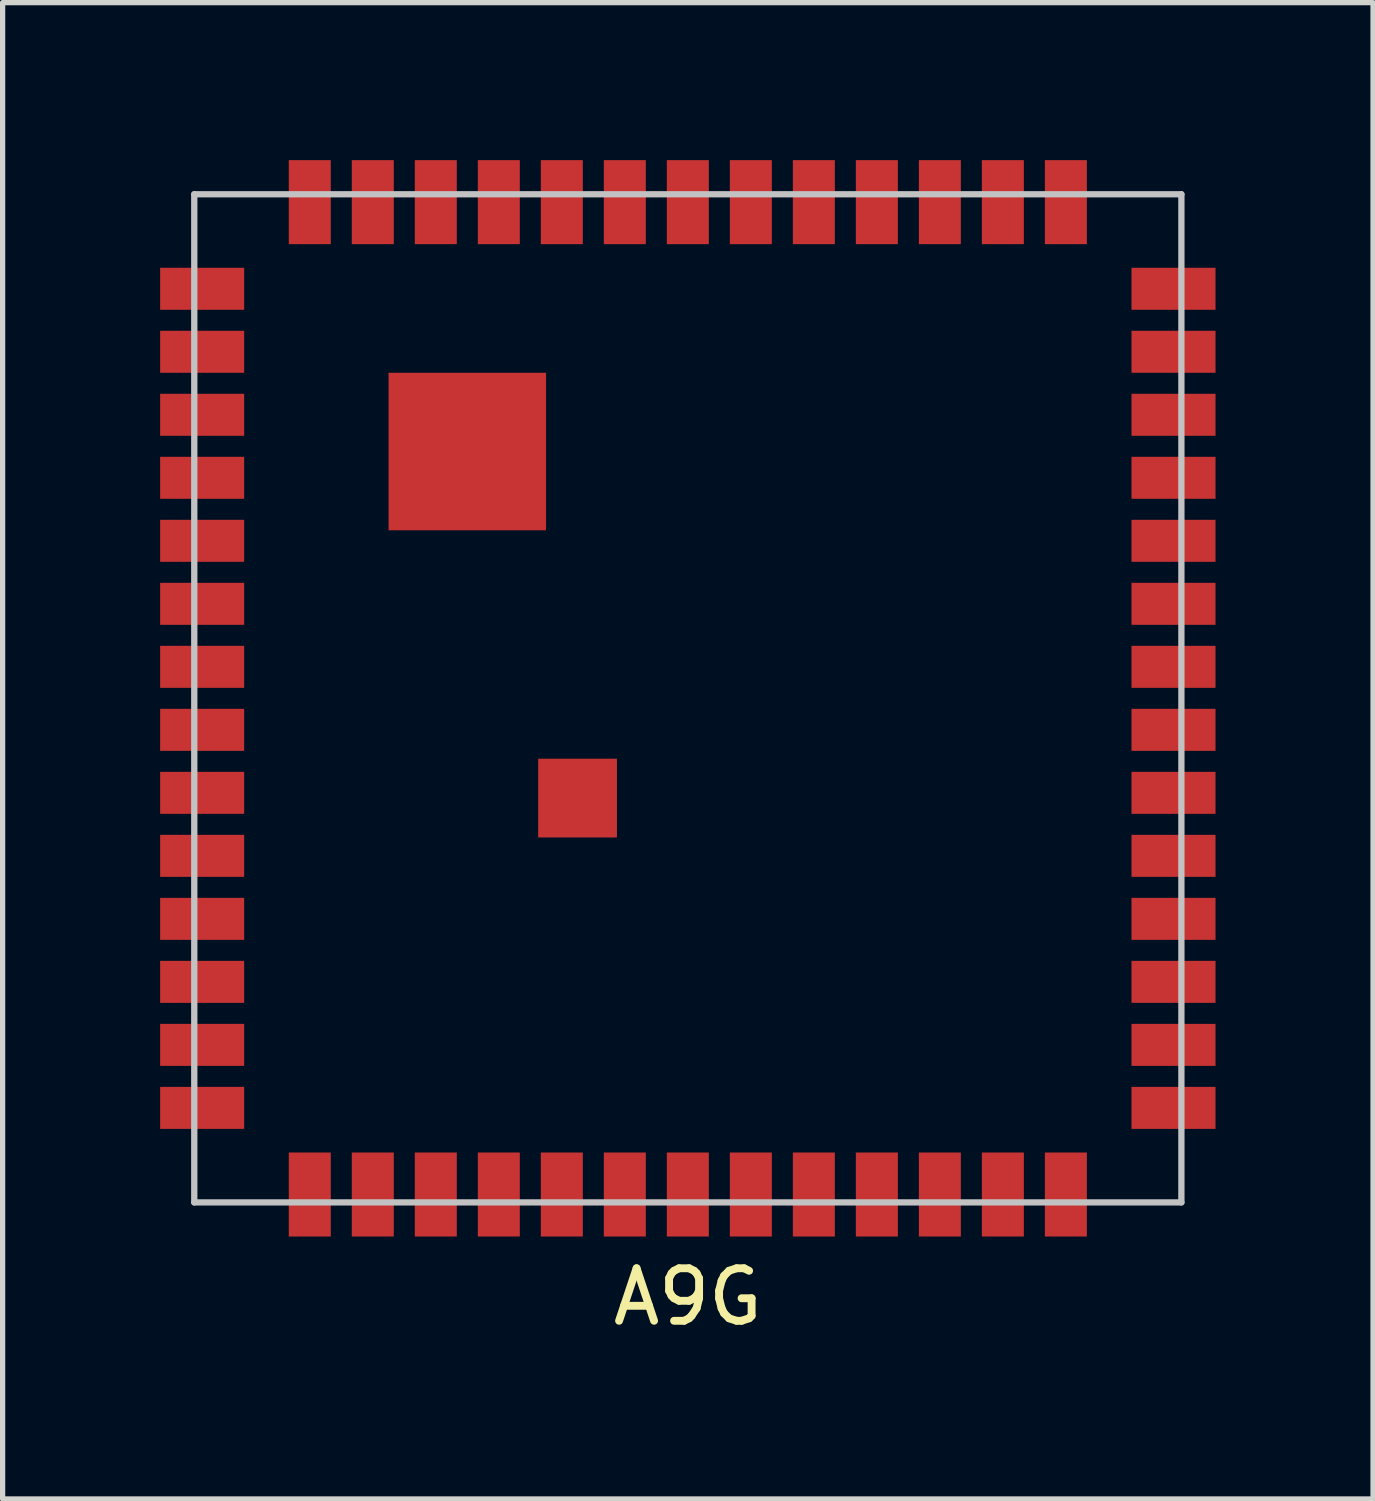
<source format=kicad_pcb>
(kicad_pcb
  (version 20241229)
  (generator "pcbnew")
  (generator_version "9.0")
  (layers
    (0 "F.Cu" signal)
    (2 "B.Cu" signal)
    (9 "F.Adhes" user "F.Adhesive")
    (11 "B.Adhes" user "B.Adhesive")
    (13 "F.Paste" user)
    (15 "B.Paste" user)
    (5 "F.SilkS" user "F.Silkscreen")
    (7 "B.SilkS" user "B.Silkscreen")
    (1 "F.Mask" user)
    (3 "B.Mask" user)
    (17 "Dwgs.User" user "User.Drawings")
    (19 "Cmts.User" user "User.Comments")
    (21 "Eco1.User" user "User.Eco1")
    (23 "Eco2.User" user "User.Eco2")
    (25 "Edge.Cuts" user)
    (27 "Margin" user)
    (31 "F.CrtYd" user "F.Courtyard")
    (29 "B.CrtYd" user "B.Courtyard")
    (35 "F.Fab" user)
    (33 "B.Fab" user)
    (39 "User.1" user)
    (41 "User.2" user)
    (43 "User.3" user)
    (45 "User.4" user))
  (footprint "A9G"
    (layer "F.Cu")
    (at 10.05 10.25)
    (property "Reference" "A9G" (at 0 11.4 0) (layer "F.SilkS") (effects (font (size 1 1) (thickness 0.15))))
    (attr smd)
    (fp_line (start -9.4 -9.6) (end 9.4 -9.6) (stroke (width 0.12) (type solid)) (layer "Dwgs.User"))
    (fp_line (start -9.4 9.6) (end -9.4 -9.6) (stroke (width 0.12) (type solid)) (layer "Dwgs.User"))
    (fp_line (start 9.4 -9.6) (end 9.4 9.6) (stroke (width 0.12) (type solid)) (layer "Dwgs.User"))
    (fp_line (start 9.4 9.6) (end -9.4 9.6) (stroke (width 0.12) (type solid)) (layer "Dwgs.User"))
    (pad "1" smd rect (at -9.25 -7.8 90) (size 0.8 1.6) (layers "F.Cu" "F.Mask" "F.Paste"))
    (pad "2" smd rect (at -9.25 -6.6 90) (size 0.8 1.6) (layers "F.Cu" "F.Mask" "F.Paste"))
    (pad "3" smd rect (at -9.25 -5.4 90) (size 0.8 1.6) (layers "F.Cu" "F.Mask" "F.Paste"))
    (pad "4" smd rect (at -9.25 -4.2 90) (size 0.8 1.6) (layers "F.Cu" "F.Mask" "F.Paste"))
    (pad "5" smd rect (at -9.25 -3 90) (size 0.8 1.6) (layers "F.Cu" "F.Mask" "F.Paste"))
    (pad "6" smd rect (at -9.25 -1.8 90) (size 0.8 1.6) (layers "F.Cu" "F.Mask" "F.Paste"))
    (pad "7" smd rect (at -9.25 -0.6 90) (size 0.8 1.6) (layers "F.Cu" "F.Mask" "F.Paste"))
    (pad "8" smd rect (at -9.25 0.6 90) (size 0.8 1.6) (layers "F.Cu" "F.Mask" "F.Paste"))
    (pad "9" smd rect (at -9.25 1.8 90) (size 0.8 1.6) (layers "F.Cu" "F.Mask" "F.Paste"))
    (pad "10" smd rect (at -9.25 3 90) (size 0.8 1.6) (layers "F.Cu" "F.Mask" "F.Paste"))
    (pad "11" smd rect (at -9.25 4.2 90) (size 0.8 1.6) (layers "F.Cu" "F.Mask" "F.Paste"))
    (pad "12" smd rect (at -9.25 5.4 90) (size 0.8 1.6) (layers "F.Cu" "F.Mask" "F.Paste"))
    (pad "13" smd rect (at -9.25 6.6 90) (size 0.8 1.6) (layers "F.Cu" "F.Mask" "F.Paste"))
    (pad "14" smd rect (at -9.25 7.8 90) (size 0.8 1.6) (layers "F.Cu" "F.Mask" "F.Paste"))
    (pad "15" smd rect (at -7.2 9.45 180) (size 0.8 1.6) (layers "F.Cu" "F.Mask" "F.Paste"))
    (pad "16" smd rect (at -6 9.45 180) (size 0.8 1.6) (layers "F.Cu" "F.Mask" "F.Paste"))
    (pad "17" smd rect (at -4.8 9.45 180) (size 0.8 1.6) (layers "F.Cu" "F.Mask" "F.Paste"))
    (pad "18" smd rect (at -3.6 9.45 180) (size 0.8 1.6) (layers "F.Cu" "F.Mask" "F.Paste"))
    (pad "19" smd rect (at -2.4 9.45 180) (size 0.8 1.6) (layers "F.Cu" "F.Mask" "F.Paste"))
    (pad "20" smd rect (at -1.2 9.45 180) (size 0.8 1.6) (layers "F.Cu" "F.Mask" "F.Paste"))
    (pad "21" smd rect (at 0 9.45 180) (size 0.8 1.6) (layers "F.Cu" "F.Mask" "F.Paste"))
    (pad "22" smd rect (at 1.2 9.45 180) (size 0.8 1.6) (layers "F.Cu" "F.Mask" "F.Paste"))
    (pad "23" smd rect (at 2.4 9.45 180) (size 0.8 1.6) (layers "F.Cu" "F.Mask" "F.Paste"))
    (pad "24" smd rect (at 3.6 9.45 180) (size 0.8 1.6) (layers "F.Cu" "F.Mask" "F.Paste"))
    (pad "25" smd rect (at 4.8 9.45 180) (size 0.8 1.6) (layers "F.Cu" "F.Mask" "F.Paste"))
    (pad "26" smd rect (at 6 9.45 180) (size 0.8 1.6) (layers "F.Cu" "F.Mask" "F.Paste"))
    (pad "27" smd rect (at 7.2 9.45 180) (size 0.8 1.6) (layers "F.Cu" "F.Mask" "F.Paste"))
    (pad "28" smd rect (at 9.25 7.8 270) (size 0.8 1.6) (layers "F.Cu" "F.Mask" "F.Paste"))
    (pad "29" smd rect (at 9.25 6.6 270) (size 0.8 1.6) (layers "F.Cu" "F.Mask" "F.Paste"))
    (pad "30" smd rect (at 9.25 5.4 270) (size 0.8 1.6) (layers "F.Cu" "F.Mask" "F.Paste"))
    (pad "31" smd rect (at 9.25 4.2 270) (size 0.8 1.6) (layers "F.Cu" "F.Mask" "F.Paste"))
    (pad "32" smd rect (at 9.25 3 270) (size 0.8 1.6) (layers "F.Cu" "F.Mask" "F.Paste"))
    (pad "33" smd rect (at 9.25 1.8 270) (size 0.8 1.6) (layers "F.Cu" "F.Mask" "F.Paste"))
    (pad "34" smd rect (at 9.25 0.6 270) (size 0.8 1.6) (layers "F.Cu" "F.Mask" "F.Paste"))
    (pad "35" smd rect (at 9.25 -1.8 270) (size 0.8 1.6) (layers "F.Cu" "F.Mask" "F.Paste"))
    (pad "36" smd rect (at 9.25 -0.6 270) (size 0.8 1.6) (layers "F.Cu" "F.Mask" "F.Paste"))
    (pad "37" smd rect (at 9.25 -3 270) (size 0.8 1.6) (layers "F.Cu" "F.Mask" "F.Paste"))
    (pad "38" smd rect (at 9.25 -4.2 270) (size 0.8 1.6) (layers "F.Cu" "F.Mask" "F.Paste"))
    (pad "39" smd rect (at 9.25 -5.4 270) (size 0.8 1.6) (layers "F.Cu" "F.Mask" "F.Paste"))
    (pad "40" smd rect (at 9.25 -6.6 270) (size 0.8 1.6) (layers "F.Cu" "F.Mask" "F.Paste"))
    (pad "41" smd rect (at 9.25 -7.8 270) (size 0.8 1.6) (layers "F.Cu" "F.Mask" "F.Paste"))
    (pad "42" smd rect (at 7.2 -9.45) (size 0.8 1.6) (layers "F.Cu" "F.Mask" "F.Paste"))
    (pad "43" smd rect (at 6 -9.45) (size 0.8 1.6) (layers "F.Cu" "F.Mask" "F.Paste"))
    (pad "44" smd rect (at 4.8 -9.45) (size 0.8 1.6) (layers "F.Cu" "F.Mask" "F.Paste"))
    (pad "45" smd rect (at 3.6 -9.45) (size 0.8 1.6) (layers "F.Cu" "F.Mask" "F.Paste"))
    (pad "46" smd rect (at 2.4 -9.45) (size 0.8 1.6) (layers "F.Cu" "F.Mask" "F.Paste"))
    (pad "47" smd rect (at 1.2 -9.45) (size 0.8 1.6) (layers "F.Cu" "F.Mask" "F.Paste"))
    (pad "48" smd rect (at 0 -9.45) (size 0.8 1.6) (layers "F.Cu" "F.Mask" "F.Paste"))
    (pad "49" smd rect (at -1.2 -9.45) (size 0.8 1.6) (layers "F.Cu" "F.Mask" "F.Paste"))
    (pad "50" smd rect (at -2.4 -9.45) (size 0.8 1.6) (layers "F.Cu" "F.Mask" "F.Paste"))
    (pad "51" smd rect (at -3.6 -9.45) (size 0.8 1.6) (layers "F.Cu" "F.Mask" "F.Paste"))
    (pad "52" smd rect (at -4.8 -9.45) (size 0.8 1.6) (layers "F.Cu" "F.Mask" "F.Paste"))
    (pad "53" smd rect (at -6 -9.45) (size 0.8 1.6) (layers "F.Cu" "F.Mask" "F.Paste"))
    (pad "54" smd rect (at -7.2 -9.45) (size 0.8 1.6) (layers "F.Cu" "F.Mask" "F.Paste"))
    (pad "55" smd rect (at -4.2 -4.7) (size 3 3) (layers "F.Cu" "F.Mask" "F.Paste"))
    (pad "56" smd rect (at -2.1 1.9) (size 1.5 1.5) (layers "F.Cu" "F.Mask" "F.Paste")))
  (gr_rect
    (start -3 -3)
    (end 23.1 25.498)
    (stroke (width 0.1) (type default))
    (fill no)
    (layer "Edge.Cuts")))
</source>
